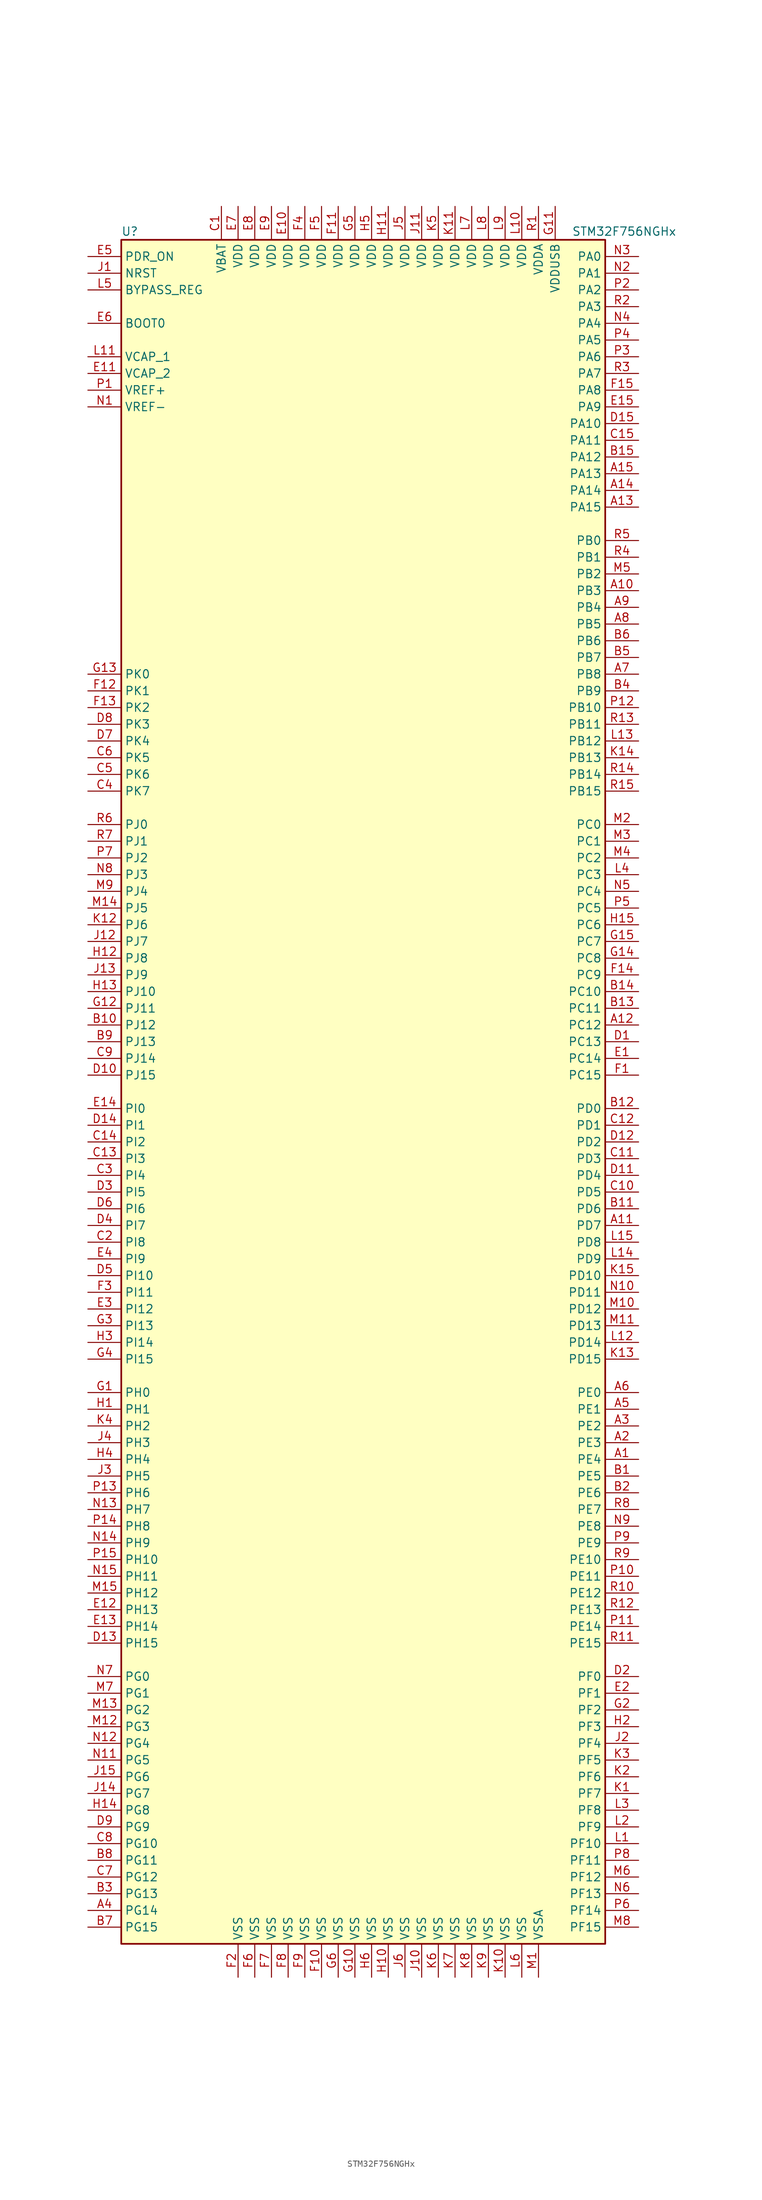
<source format=kicad_sym>
(kicad_symbol_lib
  (version 20201005)
  (generator kicad_symbol_editor)
  (symbol "STM32F756NGHx"
    (property "Reference" "U"
      (at -38.1 130.81 0)
      (effects (font (size 1.27 1.27)) (justify left)))
    (property "Value" "STM32F756NGHx"
      (at 30.48 130.81 0)
      (effects (font (size 1.27 1.27)) (justify left)))
    (symbol "STM32F756NGHx_0_1"
      (rectangle (start -38.1 -129.54) (end 35.56 129.54) (stroke (width 0.254)) (fill (type background))))
    (symbol "STM32F756NGHx_1_1"
      (pin input line (at -43.18 116.84 0) (length 5.08) (name "BOOT0" (effects (font (size 1.27 1.27)))) (number "E6" (effects (font (size 1.27 1.27)))))
      (pin input line (at -43.18 121.92 0) (length 5.08) (name "BYPASS_REG" (effects (font (size 1.27 1.27)))) (number "L5" (effects (font (size 1.27 1.27)))))
      (pin input line (at -43.18 124.46 0) (length 5.08) (name "NRST" (effects (font (size 1.27 1.27)))) (number "J1" (effects (font (size 1.27 1.27)))))
      (pin bidirectional line (at 40.64 127 180) (length 5.08) (name "PA0" (effects (font (size 1.27 1.27)))) (number "N3" (effects (font (size 1.27 1.27)))))
      (pin bidirectional line (at 40.64 124.46 180) (length 5.08) (name "PA1" (effects (font (size 1.27 1.27)))) (number "N2" (effects (font (size 1.27 1.27)))))
      (pin bidirectional line (at 40.64 101.6 180) (length 5.08) (name "PA10" (effects (font (size 1.27 1.27)))) (number "D15" (effects (font (size 1.27 1.27)))))
      (pin bidirectional line (at 40.64 99.06 180) (length 5.08) (name "PA11" (effects (font (size 1.27 1.27)))) (number "C15" (effects (font (size 1.27 1.27)))))
      (pin bidirectional line (at 40.64 96.52 180) (length 5.08) (name "PA12" (effects (font (size 1.27 1.27)))) (number "B15" (effects (font (size 1.27 1.27)))))
      (pin bidirectional line (at 40.64 93.98 180) (length 5.08) (name "PA13" (effects (font (size 1.27 1.27)))) (number "A15" (effects (font (size 1.27 1.27)))))
      (pin bidirectional line (at 40.64 91.44 180) (length 5.08) (name "PA14" (effects (font (size 1.27 1.27)))) (number "A14" (effects (font (size 1.27 1.27)))))
      (pin bidirectional line (at 40.64 88.9 180) (length 5.08) (name "PA15" (effects (font (size 1.27 1.27)))) (number "A13" (effects (font (size 1.27 1.27)))))
      (pin bidirectional line (at 40.64 121.92 180) (length 5.08) (name "PA2" (effects (font (size 1.27 1.27)))) (number "P2" (effects (font (size 1.27 1.27)))))
      (pin bidirectional line (at 40.64 119.38 180) (length 5.08) (name "PA3" (effects (font (size 1.27 1.27)))) (number "R2" (effects (font (size 1.27 1.27)))))
      (pin bidirectional line (at 40.64 116.84 180) (length 5.08) (name "PA4" (effects (font (size 1.27 1.27)))) (number "N4" (effects (font (size 1.27 1.27)))))
      (pin bidirectional line (at 40.64 114.3 180) (length 5.08) (name "PA5" (effects (font (size 1.27 1.27)))) (number "P4" (effects (font (size 1.27 1.27)))))
      (pin bidirectional line (at 40.64 111.76 180) (length 5.08) (name "PA6" (effects (font (size 1.27 1.27)))) (number "P3" (effects (font (size 1.27 1.27)))))
      (pin bidirectional line (at 40.64 109.22 180) (length 5.08) (name "PA7" (effects (font (size 1.27 1.27)))) (number "R3" (effects (font (size 1.27 1.27)))))
      (pin bidirectional line (at 40.64 106.68 180) (length 5.08) (name "PA8" (effects (font (size 1.27 1.27)))) (number "F15" (effects (font (size 1.27 1.27)))))
      (pin bidirectional line (at 40.64 104.14 180) (length 5.08) (name "PA9" (effects (font (size 1.27 1.27)))) (number "E15" (effects (font (size 1.27 1.27)))))
      (pin bidirectional line (at 40.64 83.82 180) (length 5.08) (name "PB0" (effects (font (size 1.27 1.27)))) (number "R5" (effects (font (size 1.27 1.27)))))
      (pin bidirectional line (at 40.64 81.28 180) (length 5.08) (name "PB1" (effects (font (size 1.27 1.27)))) (number "R4" (effects (font (size 1.27 1.27)))))
      (pin bidirectional line (at 40.64 58.42 180) (length 5.08) (name "PB10" (effects (font (size 1.27 1.27)))) (number "P12" (effects (font (size 1.27 1.27)))))
      (pin bidirectional line (at 40.64 55.88 180) (length 5.08) (name "PB11" (effects (font (size 1.27 1.27)))) (number "R13" (effects (font (size 1.27 1.27)))))
      (pin bidirectional line (at 40.64 53.34 180) (length 5.08) (name "PB12" (effects (font (size 1.27 1.27)))) (number "L13" (effects (font (size 1.27 1.27)))))
      (pin bidirectional line (at 40.64 50.8 180) (length 5.08) (name "PB13" (effects (font (size 1.27 1.27)))) (number "K14" (effects (font (size 1.27 1.27)))))
      (pin bidirectional line (at 40.64 48.26 180) (length 5.08) (name "PB14" (effects (font (size 1.27 1.27)))) (number "R14" (effects (font (size 1.27 1.27)))))
      (pin bidirectional line (at 40.64 45.72 180) (length 5.08) (name "PB15" (effects (font (size 1.27 1.27)))) (number "R15" (effects (font (size 1.27 1.27)))))
      (pin bidirectional line (at 40.64 78.74 180) (length 5.08) (name "PB2" (effects (font (size 1.27 1.27)))) (number "M5" (effects (font (size 1.27 1.27)))))
      (pin bidirectional line (at 40.64 76.2 180) (length 5.08) (name "PB3" (effects (font (size 1.27 1.27)))) (number "A10" (effects (font (size 1.27 1.27)))))
      (pin bidirectional line (at 40.64 73.66 180) (length 5.08) (name "PB4" (effects (font (size 1.27 1.27)))) (number "A9" (effects (font (size 1.27 1.27)))))
      (pin bidirectional line (at 40.64 71.12 180) (length 5.08) (name "PB5" (effects (font (size 1.27 1.27)))) (number "A8" (effects (font (size 1.27 1.27)))))
      (pin bidirectional line (at 40.64 68.58 180) (length 5.08) (name "PB6" (effects (font (size 1.27 1.27)))) (number "B6" (effects (font (size 1.27 1.27)))))
      (pin bidirectional line (at 40.64 66.04 180) (length 5.08) (name "PB7" (effects (font (size 1.27 1.27)))) (number "B5" (effects (font (size 1.27 1.27)))))
      (pin bidirectional line (at 40.64 63.5 180) (length 5.08) (name "PB8" (effects (font (size 1.27 1.27)))) (number "A7" (effects (font (size 1.27 1.27)))))
      (pin bidirectional line (at 40.64 60.96 180) (length 5.08) (name "PB9" (effects (font (size 1.27 1.27)))) (number "B4" (effects (font (size 1.27 1.27)))))
      (pin bidirectional line (at 40.64 40.64 180) (length 5.08) (name "PC0" (effects (font (size 1.27 1.27)))) (number "M2" (effects (font (size 1.27 1.27)))))
      (pin bidirectional line (at 40.64 38.1 180) (length 5.08) (name "PC1" (effects (font (size 1.27 1.27)))) (number "M3" (effects (font (size 1.27 1.27)))))
      (pin bidirectional line (at 40.64 15.24 180) (length 5.08) (name "PC10" (effects (font (size 1.27 1.27)))) (number "B14" (effects (font (size 1.27 1.27)))))
      (pin bidirectional line (at 40.64 12.7 180) (length 5.08) (name "PC11" (effects (font (size 1.27 1.27)))) (number "B13" (effects (font (size 1.27 1.27)))))
      (pin bidirectional line (at 40.64 10.16 180) (length 5.08) (name "PC12" (effects (font (size 1.27 1.27)))) (number "A12" (effects (font (size 1.27 1.27)))))
      (pin bidirectional line (at 40.64 7.62 180) (length 5.08) (name "PC13" (effects (font (size 1.27 1.27)))) (number "D1" (effects (font (size 1.27 1.27)))))
      (pin bidirectional line (at 40.64 5.08 180) (length 5.08) (name "PC14" (effects (font (size 1.27 1.27)))) (number "E1" (effects (font (size 1.27 1.27)))))
      (pin bidirectional line (at 40.64 2.54 180) (length 5.08) (name "PC15" (effects (font (size 1.27 1.27)))) (number "F1" (effects (font (size 1.27 1.27)))))
      (pin bidirectional line (at 40.64 35.56 180) (length 5.08) (name "PC2" (effects (font (size 1.27 1.27)))) (number "M4" (effects (font (size 1.27 1.27)))))
      (pin bidirectional line (at 40.64 33.02 180) (length 5.08) (name "PC3" (effects (font (size 1.27 1.27)))) (number "L4" (effects (font (size 1.27 1.27)))))
      (pin bidirectional line (at 40.64 30.48 180) (length 5.08) (name "PC4" (effects (font (size 1.27 1.27)))) (number "N5" (effects (font (size 1.27 1.27)))))
      (pin bidirectional line (at 40.64 27.94 180) (length 5.08) (name "PC5" (effects (font (size 1.27 1.27)))) (number "P5" (effects (font (size 1.27 1.27)))))
      (pin bidirectional line (at 40.64 25.4 180) (length 5.08) (name "PC6" (effects (font (size 1.27 1.27)))) (number "H15" (effects (font (size 1.27 1.27)))))
      (pin bidirectional line (at 40.64 22.86 180) (length 5.08) (name "PC7" (effects (font (size 1.27 1.27)))) (number "G15" (effects (font (size 1.27 1.27)))))
      (pin bidirectional line (at 40.64 20.32 180) (length 5.08) (name "PC8" (effects (font (size 1.27 1.27)))) (number "G14" (effects (font (size 1.27 1.27)))))
      (pin bidirectional line (at 40.64 17.78 180) (length 5.08) (name "PC9" (effects (font (size 1.27 1.27)))) (number "F14" (effects (font (size 1.27 1.27)))))
      (pin bidirectional line (at 40.64 -2.54 180) (length 5.08) (name "PD0" (effects (font (size 1.27 1.27)))) (number "B12" (effects (font (size 1.27 1.27)))))
      (pin bidirectional line (at 40.64 -5.08 180) (length 5.08) (name "PD1" (effects (font (size 1.27 1.27)))) (number "C12" (effects (font (size 1.27 1.27)))))
      (pin bidirectional line (at 40.64 -27.94 180) (length 5.08) (name "PD10" (effects (font (size 1.27 1.27)))) (number "K15" (effects (font (size 1.27 1.27)))))
      (pin bidirectional line (at 40.64 -30.48 180) (length 5.08) (name "PD11" (effects (font (size 1.27 1.27)))) (number "N10" (effects (font (size 1.27 1.27)))))
      (pin bidirectional line (at 40.64 -33.02 180) (length 5.08) (name "PD12" (effects (font (size 1.27 1.27)))) (number "M10" (effects (font (size 1.27 1.27)))))
      (pin bidirectional line (at 40.64 -35.56 180) (length 5.08) (name "PD13" (effects (font (size 1.27 1.27)))) (number "M11" (effects (font (size 1.27 1.27)))))
      (pin bidirectional line (at 40.64 -38.1 180) (length 5.08) (name "PD14" (effects (font (size 1.27 1.27)))) (number "L12" (effects (font (size 1.27 1.27)))))
      (pin bidirectional line (at 40.64 -40.64 180) (length 5.08) (name "PD15" (effects (font (size 1.27 1.27)))) (number "K13" (effects (font (size 1.27 1.27)))))
      (pin bidirectional line (at 40.64 -7.62 180) (length 5.08) (name "PD2" (effects (font (size 1.27 1.27)))) (number "D12" (effects (font (size 1.27 1.27)))))
      (pin bidirectional line (at 40.64 -10.16 180) (length 5.08) (name "PD3" (effects (font (size 1.27 1.27)))) (number "C11" (effects (font (size 1.27 1.27)))))
      (pin bidirectional line (at 40.64 -12.7 180) (length 5.08) (name "PD4" (effects (font (size 1.27 1.27)))) (number "D11" (effects (font (size 1.27 1.27)))))
      (pin bidirectional line (at 40.64 -15.24 180) (length 5.08) (name "PD5" (effects (font (size 1.27 1.27)))) (number "C10" (effects (font (size 1.27 1.27)))))
      (pin bidirectional line (at 40.64 -17.78 180) (length 5.08) (name "PD6" (effects (font (size 1.27 1.27)))) (number "B11" (effects (font (size 1.27 1.27)))))
      (pin bidirectional line (at 40.64 -20.32 180) (length 5.08) (name "PD7" (effects (font (size 1.27 1.27)))) (number "A11" (effects (font (size 1.27 1.27)))))
      (pin bidirectional line (at 40.64 -22.86 180) (length 5.08) (name "PD8" (effects (font (size 1.27 1.27)))) (number "L15" (effects (font (size 1.27 1.27)))))
      (pin bidirectional line (at 40.64 -25.4 180) (length 5.08) (name "PD9" (effects (font (size 1.27 1.27)))) (number "L14" (effects (font (size 1.27 1.27)))))
      (pin input line (at -43.18 127 0) (length 5.08) (name "PDR_ON" (effects (font (size 1.27 1.27)))) (number "E5" (effects (font (size 1.27 1.27)))))
      (pin bidirectional line (at 40.64 -45.72 180) (length 5.08) (name "PE0" (effects (font (size 1.27 1.27)))) (number "A6" (effects (font (size 1.27 1.27)))))
      (pin bidirectional line (at 40.64 -48.26 180) (length 5.08) (name "PE1" (effects (font (size 1.27 1.27)))) (number "A5" (effects (font (size 1.27 1.27)))))
      (pin bidirectional line (at 40.64 -71.12 180) (length 5.08) (name "PE10" (effects (font (size 1.27 1.27)))) (number "R9" (effects (font (size 1.27 1.27)))))
      (pin bidirectional line (at 40.64 -73.66 180) (length 5.08) (name "PE11" (effects (font (size 1.27 1.27)))) (number "P10" (effects (font (size 1.27 1.27)))))
      (pin bidirectional line (at 40.64 -76.2 180) (length 5.08) (name "PE12" (effects (font (size 1.27 1.27)))) (number "R10" (effects (font (size 1.27 1.27)))))
      (pin bidirectional line (at 40.64 -78.74 180) (length 5.08) (name "PE13" (effects (font (size 1.27 1.27)))) (number "R12" (effects (font (size 1.27 1.27)))))
      (pin bidirectional line (at 40.64 -81.28 180) (length 5.08) (name "PE14" (effects (font (size 1.27 1.27)))) (number "P11" (effects (font (size 1.27 1.27)))))
      (pin bidirectional line (at 40.64 -83.82 180) (length 5.08) (name "PE15" (effects (font (size 1.27 1.27)))) (number "R11" (effects (font (size 1.27 1.27)))))
      (pin bidirectional line (at 40.64 -50.8 180) (length 5.08) (name "PE2" (effects (font (size 1.27 1.27)))) (number "A3" (effects (font (size 1.27 1.27)))))
      (pin bidirectional line (at 40.64 -53.34 180) (length 5.08) (name "PE3" (effects (font (size 1.27 1.27)))) (number "A2" (effects (font (size 1.27 1.27)))))
      (pin bidirectional line (at 40.64 -55.88 180) (length 5.08) (name "PE4" (effects (font (size 1.27 1.27)))) (number "A1" (effects (font (size 1.27 1.27)))))
      (pin bidirectional line (at 40.64 -58.42 180) (length 5.08) (name "PE5" (effects (font (size 1.27 1.27)))) (number "B1" (effects (font (size 1.27 1.27)))))
      (pin bidirectional line (at 40.64 -60.96 180) (length 5.08) (name "PE6" (effects (font (size 1.27 1.27)))) (number "B2" (effects (font (size 1.27 1.27)))))
      (pin bidirectional line (at 40.64 -63.5 180) (length 5.08) (name "PE7" (effects (font (size 1.27 1.27)))) (number "R8" (effects (font (size 1.27 1.27)))))
      (pin bidirectional line (at 40.64 -66.04 180) (length 5.08) (name "PE8" (effects (font (size 1.27 1.27)))) (number "N9" (effects (font (size 1.27 1.27)))))
      (pin bidirectional line (at 40.64 -68.58 180) (length 5.08) (name "PE9" (effects (font (size 1.27 1.27)))) (number "P9" (effects (font (size 1.27 1.27)))))
      (pin bidirectional line (at 40.64 -88.9 180) (length 5.08) (name "PF0" (effects (font (size 1.27 1.27)))) (number "D2" (effects (font (size 1.27 1.27)))))
      (pin bidirectional line (at 40.64 -91.44 180) (length 5.08) (name "PF1" (effects (font (size 1.27 1.27)))) (number "E2" (effects (font (size 1.27 1.27)))))
      (pin bidirectional line (at 40.64 -114.3 180) (length 5.08) (name "PF10" (effects (font (size 1.27 1.27)))) (number "L1" (effects (font (size 1.27 1.27)))))
      (pin bidirectional line (at 40.64 -116.84 180) (length 5.08) (name "PF11" (effects (font (size 1.27 1.27)))) (number "P8" (effects (font (size 1.27 1.27)))))
      (pin bidirectional line (at 40.64 -119.38 180) (length 5.08) (name "PF12" (effects (font (size 1.27 1.27)))) (number "M6" (effects (font (size 1.27 1.27)))))
      (pin bidirectional line (at 40.64 -121.92 180) (length 5.08) (name "PF13" (effects (font (size 1.27 1.27)))) (number "N6" (effects (font (size 1.27 1.27)))))
      (pin bidirectional line (at 40.64 -124.46 180) (length 5.08) (name "PF14" (effects (font (size 1.27 1.27)))) (number "P6" (effects (font (size 1.27 1.27)))))
      (pin bidirectional line (at 40.64 -127 180) (length 5.08) (name "PF15" (effects (font (size 1.27 1.27)))) (number "M8" (effects (font (size 1.27 1.27)))))
      (pin bidirectional line (at 40.64 -93.98 180) (length 5.08) (name "PF2" (effects (font (size 1.27 1.27)))) (number "G2" (effects (font (size 1.27 1.27)))))
      (pin bidirectional line (at 40.64 -96.52 180) (length 5.08) (name "PF3" (effects (font (size 1.27 1.27)))) (number "H2" (effects (font (size 1.27 1.27)))))
      (pin bidirectional line (at 40.64 -99.06 180) (length 5.08) (name "PF4" (effects (font (size 1.27 1.27)))) (number "J2" (effects (font (size 1.27 1.27)))))
      (pin bidirectional line (at 40.64 -101.6 180) (length 5.08) (name "PF5" (effects (font (size 1.27 1.27)))) (number "K3" (effects (font (size 1.27 1.27)))))
      (pin bidirectional line (at 40.64 -104.14 180) (length 5.08) (name "PF6" (effects (font (size 1.27 1.27)))) (number "K2" (effects (font (size 1.27 1.27)))))
      (pin bidirectional line (at 40.64 -106.68 180) (length 5.08) (name "PF7" (effects (font (size 1.27 1.27)))) (number "K1" (effects (font (size 1.27 1.27)))))
      (pin bidirectional line (at 40.64 -109.22 180) (length 5.08) (name "PF8" (effects (font (size 1.27 1.27)))) (number "L3" (effects (font (size 1.27 1.27)))))
      (pin bidirectional line (at 40.64 -111.76 180) (length 5.08) (name "PF9" (effects (font (size 1.27 1.27)))) (number "L2" (effects (font (size 1.27 1.27)))))
      (pin bidirectional line (at -43.18 -88.9 0) (length 5.08) (name "PG0" (effects (font (size 1.27 1.27)))) (number "N7" (effects (font (size 1.27 1.27)))))
      (pin bidirectional line (at -43.18 -91.44 0) (length 5.08) (name "PG1" (effects (font (size 1.27 1.27)))) (number "M7" (effects (font (size 1.27 1.27)))))
      (pin bidirectional line (at -43.18 -114.3 0) (length 5.08) (name "PG10" (effects (font (size 1.27 1.27)))) (number "C8" (effects (font (size 1.27 1.27)))))
      (pin bidirectional line (at -43.18 -116.84 0) (length 5.08) (name "PG11" (effects (font (size 1.27 1.27)))) (number "B8" (effects (font (size 1.27 1.27)))))
      (pin bidirectional line (at -43.18 -119.38 0) (length 5.08) (name "PG12" (effects (font (size 1.27 1.27)))) (number "C7" (effects (font (size 1.27 1.27)))))
      (pin bidirectional line (at -43.18 -121.92 0) (length 5.08) (name "PG13" (effects (font (size 1.27 1.27)))) (number "B3" (effects (font (size 1.27 1.27)))))
      (pin bidirectional line (at -43.18 -124.46 0) (length 5.08) (name "PG14" (effects (font (size 1.27 1.27)))) (number "A4" (effects (font (size 1.27 1.27)))))
      (pin bidirectional line (at -43.18 -127 0) (length 5.08) (name "PG15" (effects (font (size 1.27 1.27)))) (number "B7" (effects (font (size 1.27 1.27)))))
      (pin bidirectional line (at -43.18 -93.98 0) (length 5.08) (name "PG2" (effects (font (size 1.27 1.27)))) (number "M13" (effects (font (size 1.27 1.27)))))
      (pin bidirectional line (at -43.18 -96.52 0) (length 5.08) (name "PG3" (effects (font (size 1.27 1.27)))) (number "M12" (effects (font (size 1.27 1.27)))))
      (pin bidirectional line (at -43.18 -99.06 0) (length 5.08) (name "PG4" (effects (font (size 1.27 1.27)))) (number "N12" (effects (font (size 1.27 1.27)))))
      (pin bidirectional line (at -43.18 -101.6 0) (length 5.08) (name "PG5" (effects (font (size 1.27 1.27)))) (number "N11" (effects (font (size 1.27 1.27)))))
      (pin bidirectional line (at -43.18 -104.14 0) (length 5.08) (name "PG6" (effects (font (size 1.27 1.27)))) (number "J15" (effects (font (size 1.27 1.27)))))
      (pin bidirectional line (at -43.18 -106.68 0) (length 5.08) (name "PG7" (effects (font (size 1.27 1.27)))) (number "J14" (effects (font (size 1.27 1.27)))))
      (pin bidirectional line (at -43.18 -109.22 0) (length 5.08) (name "PG8" (effects (font (size 1.27 1.27)))) (number "H14" (effects (font (size 1.27 1.27)))))
      (pin bidirectional line (at -43.18 -111.76 0) (length 5.08) (name "PG9" (effects (font (size 1.27 1.27)))) (number "D9" (effects (font (size 1.27 1.27)))))
      (pin input line (at -43.18 -45.72 0) (length 5.08) (name "PH0" (effects (font (size 1.27 1.27)))) (number "G1" (effects (font (size 1.27 1.27)))))
      (pin input line (at -43.18 -48.26 0) (length 5.08) (name "PH1" (effects (font (size 1.27 1.27)))) (number "H1" (effects (font (size 1.27 1.27)))))
      (pin bidirectional line (at -43.18 -71.12 0) (length 5.08) (name "PH10" (effects (font (size 1.27 1.27)))) (number "P15" (effects (font (size 1.27 1.27)))))
      (pin bidirectional line (at -43.18 -73.66 0) (length 5.08) (name "PH11" (effects (font (size 1.27 1.27)))) (number "N15" (effects (font (size 1.27 1.27)))))
      (pin bidirectional line (at -43.18 -76.2 0) (length 5.08) (name "PH12" (effects (font (size 1.27 1.27)))) (number "M15" (effects (font (size 1.27 1.27)))))
      (pin bidirectional line (at -43.18 -78.74 0) (length 5.08) (name "PH13" (effects (font (size 1.27 1.27)))) (number "E12" (effects (font (size 1.27 1.27)))))
      (pin bidirectional line (at -43.18 -81.28 0) (length 5.08) (name "PH14" (effects (font (size 1.27 1.27)))) (number "E13" (effects (font (size 1.27 1.27)))))
      (pin bidirectional line (at -43.18 -83.82 0) (length 5.08) (name "PH15" (effects (font (size 1.27 1.27)))) (number "D13" (effects (font (size 1.27 1.27)))))
      (pin bidirectional line (at -43.18 -50.8 0) (length 5.08) (name "PH2" (effects (font (size 1.27 1.27)))) (number "K4" (effects (font (size 1.27 1.27)))))
      (pin bidirectional line (at -43.18 -53.34 0) (length 5.08) (name "PH3" (effects (font (size 1.27 1.27)))) (number "J4" (effects (font (size 1.27 1.27)))))
      (pin bidirectional line (at -43.18 -55.88 0) (length 5.08) (name "PH4" (effects (font (size 1.27 1.27)))) (number "H4" (effects (font (size 1.27 1.27)))))
      (pin bidirectional line (at -43.18 -58.42 0) (length 5.08) (name "PH5" (effects (font (size 1.27 1.27)))) (number "J3" (effects (font (size 1.27 1.27)))))
      (pin bidirectional line (at -43.18 -60.96 0) (length 5.08) (name "PH6" (effects (font (size 1.27 1.27)))) (number "P13" (effects (font (size 1.27 1.27)))))
      (pin bidirectional line (at -43.18 -63.5 0) (length 5.08) (name "PH7" (effects (font (size 1.27 1.27)))) (number "N13" (effects (font (size 1.27 1.27)))))
      (pin bidirectional line (at -43.18 -66.04 0) (length 5.08) (name "PH8" (effects (font (size 1.27 1.27)))) (number "P14" (effects (font (size 1.27 1.27)))))
      (pin bidirectional line (at -43.18 -68.58 0) (length 5.08) (name "PH9" (effects (font (size 1.27 1.27)))) (number "N14" (effects (font (size 1.27 1.27)))))
      (pin bidirectional line (at -43.18 -2.54 0) (length 5.08) (name "PI0" (effects (font (size 1.27 1.27)))) (number "E14" (effects (font (size 1.27 1.27)))))
      (pin bidirectional line (at -43.18 -5.08 0) (length 5.08) (name "PI1" (effects (font (size 1.27 1.27)))) (number "D14" (effects (font (size 1.27 1.27)))))
      (pin bidirectional line (at -43.18 -27.94 0) (length 5.08) (name "PI10" (effects (font (size 1.27 1.27)))) (number "D5" (effects (font (size 1.27 1.27)))))
      (pin bidirectional line (at -43.18 -30.48 0) (length 5.08) (name "PI11" (effects (font (size 1.27 1.27)))) (number "F3" (effects (font (size 1.27 1.27)))))
      (pin bidirectional line (at -43.18 -33.02 0) (length 5.08) (name "PI12" (effects (font (size 1.27 1.27)))) (number "E3" (effects (font (size 1.27 1.27)))))
      (pin bidirectional line (at -43.18 -35.56 0) (length 5.08) (name "PI13" (effects (font (size 1.27 1.27)))) (number "G3" (effects (font (size 1.27 1.27)))))
      (pin bidirectional line (at -43.18 -38.1 0) (length 5.08) (name "PI14" (effects (font (size 1.27 1.27)))) (number "H3" (effects (font (size 1.27 1.27)))))
      (pin bidirectional line (at -43.18 -40.64 0) (length 5.08) (name "PI15" (effects (font (size 1.27 1.27)))) (number "G4" (effects (font (size 1.27 1.27)))))
      (pin bidirectional line (at -43.18 -7.62 0) (length 5.08) (name "PI2" (effects (font (size 1.27 1.27)))) (number "C14" (effects (font (size 1.27 1.27)))))
      (pin bidirectional line (at -43.18 -10.16 0) (length 5.08) (name "PI3" (effects (font (size 1.27 1.27)))) (number "C13" (effects (font (size 1.27 1.27)))))
      (pin bidirectional line (at -43.18 -12.7 0) (length 5.08) (name "PI4" (effects (font (size 1.27 1.27)))) (number "C3" (effects (font (size 1.27 1.27)))))
      (pin bidirectional line (at -43.18 -15.24 0) (length 5.08) (name "PI5" (effects (font (size 1.27 1.27)))) (number "D3" (effects (font (size 1.27 1.27)))))
      (pin bidirectional line (at -43.18 -17.78 0) (length 5.08) (name "PI6" (effects (font (size 1.27 1.27)))) (number "D6" (effects (font (size 1.27 1.27)))))
      (pin bidirectional line (at -43.18 -20.32 0) (length 5.08) (name "PI7" (effects (font (size 1.27 1.27)))) (number "D4" (effects (font (size 1.27 1.27)))))
      (pin bidirectional line (at -43.18 -22.86 0) (length 5.08) (name "PI8" (effects (font (size 1.27 1.27)))) (number "C2" (effects (font (size 1.27 1.27)))))
      (pin bidirectional line (at -43.18 -25.4 0) (length 5.08) (name "PI9" (effects (font (size 1.27 1.27)))) (number "E4" (effects (font (size 1.27 1.27)))))
      (pin bidirectional line (at -43.18 40.64 0) (length 5.08) (name "PJ0" (effects (font (size 1.27 1.27)))) (number "R6" (effects (font (size 1.27 1.27)))))
      (pin bidirectional line (at -43.18 38.1 0) (length 5.08) (name "PJ1" (effects (font (size 1.27 1.27)))) (number "R7" (effects (font (size 1.27 1.27)))))
      (pin bidirectional line (at -43.18 15.24 0) (length 5.08) (name "PJ10" (effects (font (size 1.27 1.27)))) (number "H13" (effects (font (size 1.27 1.27)))))
      (pin bidirectional line (at -43.18 12.7 0) (length 5.08) (name "PJ11" (effects (font (size 1.27 1.27)))) (number "G12" (effects (font (size 1.27 1.27)))))
      (pin bidirectional line (at -43.18 10.16 0) (length 5.08) (name "PJ12" (effects (font (size 1.27 1.27)))) (number "B10" (effects (font (size 1.27 1.27)))))
      (pin bidirectional line (at -43.18 7.62 0) (length 5.08) (name "PJ13" (effects (font (size 1.27 1.27)))) (number "B9" (effects (font (size 1.27 1.27)))))
      (pin bidirectional line (at -43.18 5.08 0) (length 5.08) (name "PJ14" (effects (font (size 1.27 1.27)))) (number "C9" (effects (font (size 1.27 1.27)))))
      (pin bidirectional line (at -43.18 2.54 0) (length 5.08) (name "PJ15" (effects (font (size 1.27 1.27)))) (number "D10" (effects (font (size 1.27 1.27)))))
      (pin bidirectional line (at -43.18 35.56 0) (length 5.08) (name "PJ2" (effects (font (size 1.27 1.27)))) (number "P7" (effects (font (size 1.27 1.27)))))
      (pin bidirectional line (at -43.18 33.02 0) (length 5.08) (name "PJ3" (effects (font (size 1.27 1.27)))) (number "N8" (effects (font (size 1.27 1.27)))))
      (pin bidirectional line (at -43.18 30.48 0) (length 5.08) (name "PJ4" (effects (font (size 1.27 1.27)))) (number "M9" (effects (font (size 1.27 1.27)))))
      (pin bidirectional line (at -43.18 27.94 0) (length 5.08) (name "PJ5" (effects (font (size 1.27 1.27)))) (number "M14" (effects (font (size 1.27 1.27)))))
      (pin bidirectional line (at -43.18 25.4 0) (length 5.08) (name "PJ6" (effects (font (size 1.27 1.27)))) (number "K12" (effects (font (size 1.27 1.27)))))
      (pin bidirectional line (at -43.18 22.86 0) (length 5.08) (name "PJ7" (effects (font (size 1.27 1.27)))) (number "J12" (effects (font (size 1.27 1.27)))))
      (pin bidirectional line (at -43.18 20.32 0) (length 5.08) (name "PJ8" (effects (font (size 1.27 1.27)))) (number "H12" (effects (font (size 1.27 1.27)))))
      (pin bidirectional line (at -43.18 17.78 0) (length 5.08) (name "PJ9" (effects (font (size 1.27 1.27)))) (number "J13" (effects (font (size 1.27 1.27)))))
      (pin bidirectional line (at -43.18 63.5 0) (length 5.08) (name "PK0" (effects (font (size 1.27 1.27)))) (number "G13" (effects (font (size 1.27 1.27)))))
      (pin bidirectional line (at -43.18 60.96 0) (length 5.08) (name "PK1" (effects (font (size 1.27 1.27)))) (number "F12" (effects (font (size 1.27 1.27)))))
      (pin bidirectional line (at -43.18 58.42 0) (length 5.08) (name "PK2" (effects (font (size 1.27 1.27)))) (number "F13" (effects (font (size 1.27 1.27)))))
      (pin bidirectional line (at -43.18 55.88 0) (length 5.08) (name "PK3" (effects (font (size 1.27 1.27)))) (number "D8" (effects (font (size 1.27 1.27)))))
      (pin bidirectional line (at -43.18 53.34 0) (length 5.08) (name "PK4" (effects (font (size 1.27 1.27)))) (number "D7" (effects (font (size 1.27 1.27)))))
      (pin bidirectional line (at -43.18 50.8 0) (length 5.08) (name "PK5" (effects (font (size 1.27 1.27)))) (number "C6" (effects (font (size 1.27 1.27)))))
      (pin bidirectional line (at -43.18 48.26 0) (length 5.08) (name "PK6" (effects (font (size 1.27 1.27)))) (number "C5" (effects (font (size 1.27 1.27)))))
      (pin bidirectional line (at -43.18 45.72 0) (length 5.08) (name "PK7" (effects (font (size 1.27 1.27)))) (number "C4" (effects (font (size 1.27 1.27)))))
      (pin power_in line (at -22.86 134.62 270) (length 5.08) (name "VBAT" (effects (font (size 1.27 1.27)))) (number "C1" (effects (font (size 1.27 1.27)))))
      (pin power_in line (at -43.18 111.76 0) (length 5.08) (name "VCAP_1" (effects (font (size 1.27 1.27)))) (number "L11" (effects (font (size 1.27 1.27)))))
      (pin power_in line (at -43.18 109.22 0) (length 5.08) (name "VCAP_2" (effects (font (size 1.27 1.27)))) (number "E11" (effects (font (size 1.27 1.27)))))
      (pin power_in line (at -12.7 134.62 270) (length 5.08) (name "VDD" (effects (font (size 1.27 1.27)))) (number "E10" (effects (font (size 1.27 1.27)))))
      (pin power_in line (at -20.32 134.62 270) (length 5.08) (name "VDD" (effects (font (size 1.27 1.27)))) (number "E7" (effects (font (size 1.27 1.27)))))
      (pin power_in line (at -17.78 134.62 270) (length 5.08) (name "VDD" (effects (font (size 1.27 1.27)))) (number "E8" (effects (font (size 1.27 1.27)))))
      (pin power_in line (at -15.24 134.62 270) (length 5.08) (name "VDD" (effects (font (size 1.27 1.27)))) (number "E9" (effects (font (size 1.27 1.27)))))
      (pin power_in line (at -5.08 134.62 270) (length 5.08) (name "VDD" (effects (font (size 1.27 1.27)))) (number "F11" (effects (font (size 1.27 1.27)))))
      (pin power_in line (at -10.16 134.62 270) (length 5.08) (name "VDD" (effects (font (size 1.27 1.27)))) (number "F4" (effects (font (size 1.27 1.27)))))
      (pin power_in line (at -7.62 134.62 270) (length 5.08) (name "VDD" (effects (font (size 1.27 1.27)))) (number "F5" (effects (font (size 1.27 1.27)))))
      (pin power_in line (at -2.54 134.62 270) (length 5.08) (name "VDD" (effects (font (size 1.27 1.27)))) (number "G5" (effects (font (size 1.27 1.27)))))
      (pin power_in line (at 2.54 134.62 270) (length 5.08) (name "VDD" (effects (font (size 1.27 1.27)))) (number "H11" (effects (font (size 1.27 1.27)))))
      (pin power_in line (at 0 134.62 270) (length 5.08) (name "VDD" (effects (font (size 1.27 1.27)))) (number "H5" (effects (font (size 1.27 1.27)))))
      (pin power_in line (at 7.62 134.62 270) (length 5.08) (name "VDD" (effects (font (size 1.27 1.27)))) (number "J11" (effects (font (size 1.27 1.27)))))
      (pin power_in line (at 5.08 134.62 270) (length 5.08) (name "VDD" (effects (font (size 1.27 1.27)))) (number "J5" (effects (font (size 1.27 1.27)))))
      (pin power_in line (at 12.7 134.62 270) (length 5.08) (name "VDD" (effects (font (size 1.27 1.27)))) (number "K11" (effects (font (size 1.27 1.27)))))
      (pin power_in line (at 10.16 134.62 270) (length 5.08) (name "VDD" (effects (font (size 1.27 1.27)))) (number "K5" (effects (font (size 1.27 1.27)))))
      (pin power_in line (at 22.86 134.62 270) (length 5.08) (name "VDD" (effects (font (size 1.27 1.27)))) (number "L10" (effects (font (size 1.27 1.27)))))
      (pin power_in line (at 15.24 134.62 270) (length 5.08) (name "VDD" (effects (font (size 1.27 1.27)))) (number "L7" (effects (font (size 1.27 1.27)))))
      (pin power_in line (at 17.78 134.62 270) (length 5.08) (name "VDD" (effects (font (size 1.27 1.27)))) (number "L8" (effects (font (size 1.27 1.27)))))
      (pin power_in line (at 20.32 134.62 270) (length 5.08) (name "VDD" (effects (font (size 1.27 1.27)))) (number "L9" (effects (font (size 1.27 1.27)))))
      (pin power_in line (at 25.4 134.62 270) (length 5.08) (name "VDDA" (effects (font (size 1.27 1.27)))) (number "R1" (effects (font (size 1.27 1.27)))))
      (pin power_in line (at 27.94 134.62 270) (length 5.08) (name "VDDUSB" (effects (font (size 1.27 1.27)))) (number "G11" (effects (font (size 1.27 1.27)))))
      (pin power_in line (at -43.18 106.68 0) (length 5.08) (name "VREF+" (effects (font (size 1.27 1.27)))) (number "P1" (effects (font (size 1.27 1.27)))))
      (pin power_in line (at -43.18 104.14 0) (length 5.08) (name "VREF-" (effects (font (size 1.27 1.27)))) (number "N1" (effects (font (size 1.27 1.27)))))
      (pin power_in line (at -7.62 -134.62 90) (length 5.08) (name "VSS" (effects (font (size 1.27 1.27)))) (number "F10" (effects (font (size 1.27 1.27)))))
      (pin power_in line (at -20.32 -134.62 90) (length 5.08) (name "VSS" (effects (font (size 1.27 1.27)))) (number "F2" (effects (font (size 1.27 1.27)))))
      (pin power_in line (at -17.78 -134.62 90) (length 5.08) (name "VSS" (effects (font (size 1.27 1.27)))) (number "F6" (effects (font (size 1.27 1.27)))))
      (pin power_in line (at -15.24 -134.62 90) (length 5.08) (name "VSS" (effects (font (size 1.27 1.27)))) (number "F7" (effects (font (size 1.27 1.27)))))
      (pin power_in line (at -12.7 -134.62 90) (length 5.08) (name "VSS" (effects (font (size 1.27 1.27)))) (number "F8" (effects (font (size 1.27 1.27)))))
      (pin power_in line (at -10.16 -134.62 90) (length 5.08) (name "VSS" (effects (font (size 1.27 1.27)))) (number "F9" (effects (font (size 1.27 1.27)))))
      (pin power_in line (at -2.54 -134.62 90) (length 5.08) (name "VSS" (effects (font (size 1.27 1.27)))) (number "G10" (effects (font (size 1.27 1.27)))))
      (pin power_in line (at -5.08 -134.62 90) (length 5.08) (name "VSS" (effects (font (size 1.27 1.27)))) (number "G6" (effects (font (size 1.27 1.27)))))
      (pin power_in line (at 2.54 -134.62 90) (length 5.08) (name "VSS" (effects (font (size 1.27 1.27)))) (number "H10" (effects (font (size 1.27 1.27)))))
      (pin power_in line (at 0 -134.62 90) (length 5.08) (name "VSS" (effects (font (size 1.27 1.27)))) (number "H6" (effects (font (size 1.27 1.27)))))
      (pin power_in line (at 7.62 -134.62 90) (length 5.08) (name "VSS" (effects (font (size 1.27 1.27)))) (number "J10" (effects (font (size 1.27 1.27)))))
      (pin power_in line (at 5.08 -134.62 90) (length 5.08) (name "VSS" (effects (font (size 1.27 1.27)))) (number "J6" (effects (font (size 1.27 1.27)))))
      (pin power_in line (at 20.32 -134.62 90) (length 5.08) (name "VSS" (effects (font (size 1.27 1.27)))) (number "K10" (effects (font (size 1.27 1.27)))))
      (pin power_in line (at 10.16 -134.62 90) (length 5.08) (name "VSS" (effects (font (size 1.27 1.27)))) (number "K6" (effects (font (size 1.27 1.27)))))
      (pin power_in line (at 12.7 -134.62 90) (length 5.08) (name "VSS" (effects (font (size 1.27 1.27)))) (number "K7" (effects (font (size 1.27 1.27)))))
      (pin power_in line (at 15.24 -134.62 90) (length 5.08) (name "VSS" (effects (font (size 1.27 1.27)))) (number "K8" (effects (font (size 1.27 1.27)))))
      (pin power_in line (at 17.78 -134.62 90) (length 5.08) (name "VSS" (effects (font (size 1.27 1.27)))) (number "K9" (effects (font (size 1.27 1.27)))))
      (pin power_in line (at 22.86 -134.62 90) (length 5.08) (name "VSS" (effects (font (size 1.27 1.27)))) (number "L6" (effects (font (size 1.27 1.27)))))
      (pin power_in line (at 25.4 -134.62 90) (length 5.08) (name "VSSA" (effects (font (size 1.27 1.27)))) (number "M1" (effects (font (size 1.27 1.27))))))))
</source>
